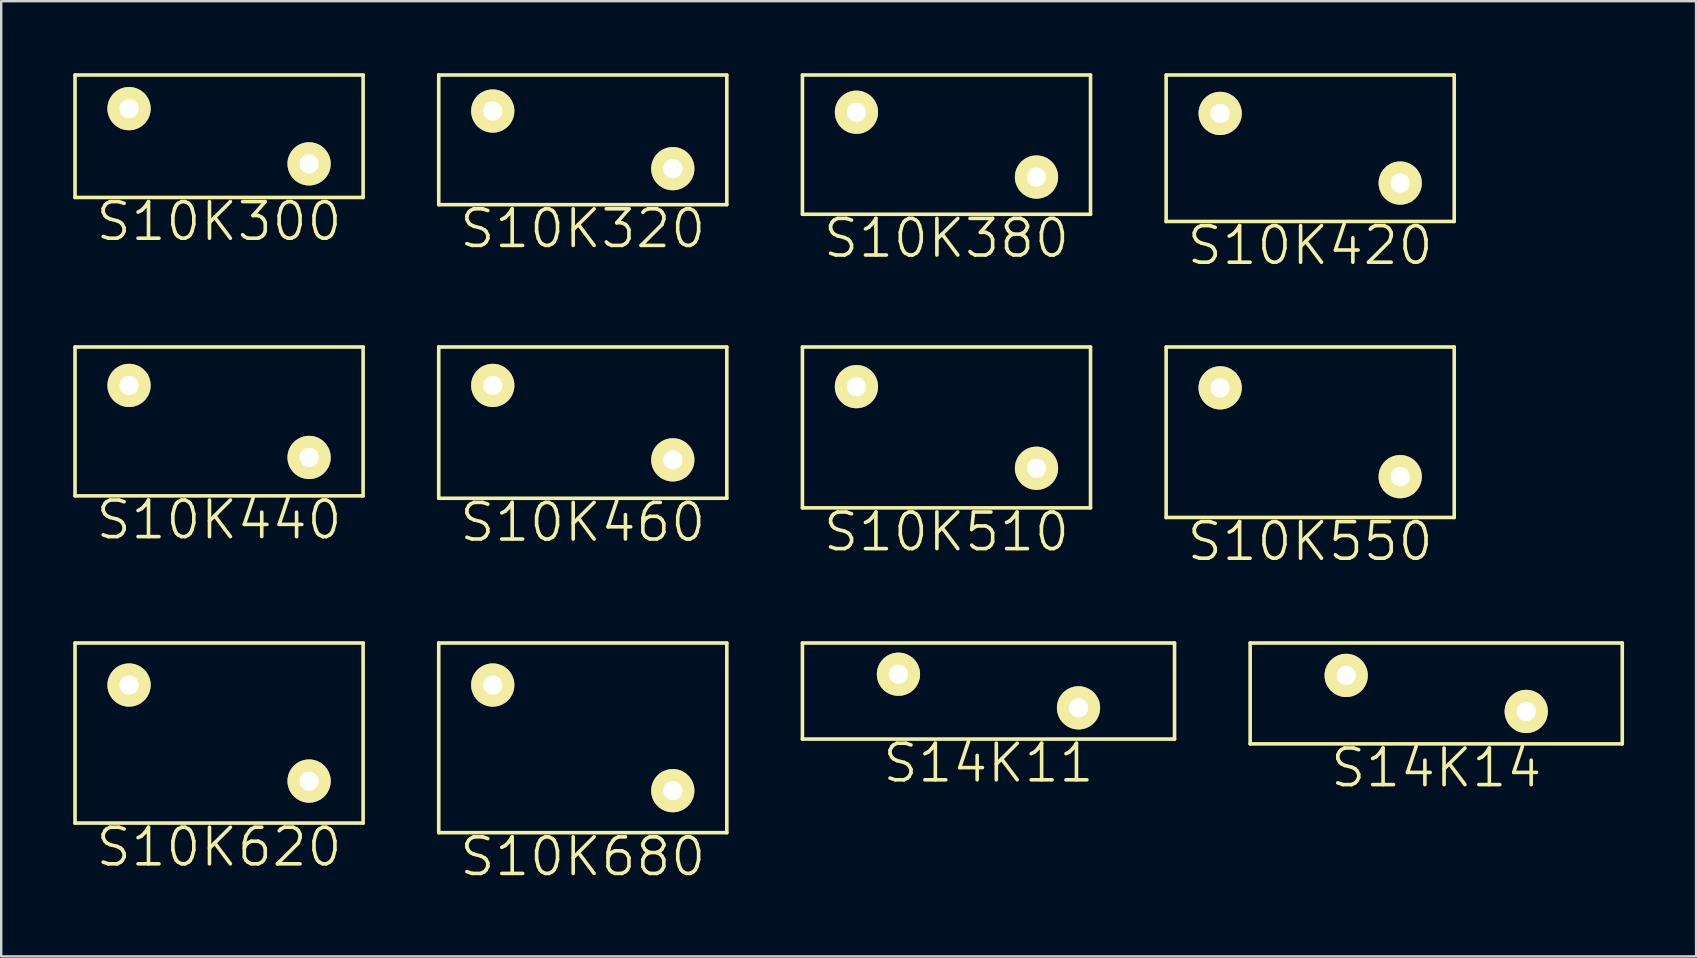
<source format=kicad_pcb>
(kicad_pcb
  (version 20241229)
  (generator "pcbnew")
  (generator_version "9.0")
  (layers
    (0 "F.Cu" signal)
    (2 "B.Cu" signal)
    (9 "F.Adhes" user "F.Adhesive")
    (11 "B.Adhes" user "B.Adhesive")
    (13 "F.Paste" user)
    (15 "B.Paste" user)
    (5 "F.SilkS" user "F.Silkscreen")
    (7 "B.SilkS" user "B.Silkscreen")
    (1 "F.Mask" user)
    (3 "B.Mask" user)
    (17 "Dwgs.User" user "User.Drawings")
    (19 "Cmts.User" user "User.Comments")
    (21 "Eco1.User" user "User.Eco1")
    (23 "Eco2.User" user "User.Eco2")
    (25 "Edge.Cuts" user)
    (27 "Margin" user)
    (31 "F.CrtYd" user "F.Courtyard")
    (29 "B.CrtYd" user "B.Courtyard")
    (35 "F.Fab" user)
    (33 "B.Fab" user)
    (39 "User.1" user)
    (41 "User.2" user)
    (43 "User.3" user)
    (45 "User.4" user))
  (footprint "S14K14"
    (layer "F.Cu")
    (at 53.025 25.085)
    (property "Reference" "S14K14" (at 3.75 3.85 0) (layer "F.SilkS") (effects (font (size 1.524 1.524) (thickness 0.15))))
    (attr through_hole)
    (fp_line (start -4 -1.35) (end -4 2.85) (stroke (width 0.15) (type solid)) (layer "F.SilkS"))
    (fp_line (start -4 -1.35) (end 11.5 -1.35) (stroke (width 0.15) (type solid)) (layer "F.SilkS"))
    (fp_line (start -4 2.85) (end 11.5 2.85) (stroke (width 0.15) (type solid)) (layer "F.SilkS"))
    (fp_line (start 11.5 -1.35) (end 11.5 2.85) (stroke (width 0.15) (type solid)) (layer "F.SilkS"))
    (pad "1" thru_hole circle (at 0 0) (size 1.8 1.8) (drill 0.8) (layers "*.Cu" "*.Mask" "F.SilkS"))
    (pad "2" thru_hole circle (at 7.5 1.5) (size 1.8 1.8) (drill 0.8) (layers "*.Cu" "*.Mask" "F.SilkS")))
  (footprint "S10K550"
    (layer "F.Cu")
    (at 47.775 13.105)
    (property "Reference" "S10K550" (at 3.75 6.4 0) (layer "F.SilkS") (effects (font (size 1.524 1.524) (thickness 0.15))))
    (attr through_hole)
    (fp_line (start -2.25 -1.7) (end -2.25 5.4) (stroke (width 0.15) (type solid)) (layer "F.SilkS"))
    (fp_line (start -2.25 -1.7) (end 9.75 -1.7) (stroke (width 0.15) (type solid)) (layer "F.SilkS"))
    (fp_line (start -2.25 5.4) (end 9.75 5.4) (stroke (width 0.15) (type solid)) (layer "F.SilkS"))
    (fp_line (start 9.75 -1.7) (end 9.75 5.4) (stroke (width 0.15) (type solid)) (layer "F.SilkS"))
    (pad "1" thru_hole circle (at 0 0) (size 1.8 1.8) (drill 0.8) (layers "*.Cu" "*.Mask" "F.SilkS"))
    (pad "2" thru_hole circle (at 7.5 3.7) (size 1.8 1.8) (drill 0.8) (layers "*.Cu" "*.Mask" "F.SilkS")))
  (footprint "S10K620"
    (layer "F.Cu")
    (at 2.325 25.485)
    (property "Reference" "S10K620" (at 3.75 6.75 0) (layer "F.SilkS") (effects (font (size 1.524 1.524) (thickness 0.15))))
    (attr through_hole)
    (fp_line (start -2.25 -1.75) (end -2.25 5.75) (stroke (width 0.15) (type solid)) (layer "F.SilkS"))
    (fp_line (start -2.25 -1.75) (end 9.75 -1.75) (stroke (width 0.15) (type solid)) (layer "F.SilkS"))
    (fp_line (start -2.25 5.75) (end 9.75 5.75) (stroke (width 0.15) (type solid)) (layer "F.SilkS"))
    (fp_line (start 9.75 -1.75) (end 9.75 5.75) (stroke (width 0.15) (type solid)) (layer "F.SilkS"))
    (pad "1" thru_hole circle (at 0 0) (size 1.8 1.8) (drill 0.8) (layers "*.Cu" "*.Mask" "F.SilkS"))
    (pad "2" thru_hole circle (at 7.5 4) (size 1.8 1.8) (drill 0.8) (layers "*.Cu" "*.Mask" "F.SilkS")))
  (footprint "S10K680"
    (layer "F.Cu")
    (at 17.475 25.485)
    (property "Reference" "S10K680" (at 3.75 7.15 0) (layer "F.SilkS") (effects (font (size 1.524 1.524) (thickness 0.15))))
    (attr through_hole)
    (fp_line (start -2.25 -1.75) (end -2.25 6.15) (stroke (width 0.15) (type solid)) (layer "F.SilkS"))
    (fp_line (start -2.25 -1.75) (end 9.75 -1.75) (stroke (width 0.15) (type solid)) (layer "F.SilkS"))
    (fp_line (start -2.25 6.15) (end 9.75 6.15) (stroke (width 0.15) (type solid)) (layer "F.SilkS"))
    (fp_line (start 9.75 -1.75) (end 9.75 6.15) (stroke (width 0.15) (type solid)) (layer "F.SilkS"))
    (pad "1" thru_hole circle (at 0 0) (size 1.8 1.8) (drill 0.8) (layers "*.Cu" "*.Mask" "F.SilkS"))
    (pad "2" thru_hole circle (at 7.5 4.4) (size 1.8 1.8) (drill 0.8) (layers "*.Cu" "*.Mask" "F.SilkS")))
  (footprint "S10K420"
    (layer "F.Cu")
    (at 47.775 1.675)
    (property "Reference" "S10K420" (at 3.75 5.5 0) (layer "F.SilkS") (effects (font (size 1.524 1.524) (thickness 0.15))))
    (attr through_hole)
    (fp_line (start -2.25 -1.6) (end -2.25 4.5) (stroke (width 0.15) (type solid)) (layer "F.SilkS"))
    (fp_line (start -2.25 -1.6) (end 9.75 -1.6) (stroke (width 0.15) (type solid)) (layer "F.SilkS"))
    (fp_line (start -2.25 4.5) (end 9.75 4.5) (stroke (width 0.15) (type solid)) (layer "F.SilkS"))
    (fp_line (start 9.75 -1.6) (end 9.75 4.5) (stroke (width 0.15) (type solid)) (layer "F.SilkS"))
    (pad "1" thru_hole circle (at 0 0) (size 1.8 1.8) (drill 0.8) (layers "*.Cu" "*.Mask" "F.SilkS"))
    (pad "2" thru_hole circle (at 7.5 2.9) (size 1.8 1.8) (drill 0.8) (layers "*.Cu" "*.Mask" "F.SilkS")))
  (footprint "S14K11"
    (layer "F.Cu")
    (at 34.375 25.035)
    (property "Reference" "S14K11" (at 3.75 3.7 0) (layer "F.SilkS") (effects (font (size 1.524 1.524) (thickness 0.15))))
    (attr through_hole)
    (fp_line (start -4 -1.3) (end -4 2.7) (stroke (width 0.15) (type solid)) (layer "F.SilkS"))
    (fp_line (start -4 -1.3) (end 11.5 -1.3) (stroke (width 0.15) (type solid)) (layer "F.SilkS"))
    (fp_line (start -4 2.7) (end 11.5 2.7) (stroke (width 0.15) (type solid)) (layer "F.SilkS"))
    (fp_line (start 11.5 -1.3) (end 11.5 2.7) (stroke (width 0.15) (type solid)) (layer "F.SilkS"))
    (pad "1" thru_hole circle (at 0 0) (size 1.8 1.8) (drill 0.8) (layers "*.Cu" "*.Mask" "F.SilkS"))
    (pad "2" thru_hole circle (at 7.5 1.4) (size 1.8 1.8) (drill 0.8) (layers "*.Cu" "*.Mask" "F.SilkS")))
  (footprint "S10K510"
    (layer "F.Cu")
    (at 32.625 13.055)
    (property "Reference" "S10K510" (at 3.75 6.05 0) (layer "F.SilkS") (effects (font (size 1.524 1.524) (thickness 0.15))))
    (attr through_hole)
    (fp_line (start -2.25 -1.65) (end -2.25 5.05) (stroke (width 0.15) (type solid)) (layer "F.SilkS"))
    (fp_line (start -2.25 -1.65) (end 9.75 -1.65) (stroke (width 0.15) (type solid)) (layer "F.SilkS"))
    (fp_line (start -2.25 5.05) (end 9.75 5.05) (stroke (width 0.15) (type solid)) (layer "F.SilkS"))
    (fp_line (start 9.75 -1.65) (end 9.75 5.05) (stroke (width 0.15) (type solid)) (layer "F.SilkS"))
    (pad "1" thru_hole circle (at 0 0) (size 1.8 1.8) (drill 0.8) (layers "*.Cu" "*.Mask" "F.SilkS"))
    (pad "2" thru_hole circle (at 7.5 3.4) (size 1.8 1.8) (drill 0.8) (layers "*.Cu" "*.Mask" "F.SilkS")))
  (footprint "S10K300"
    (layer "F.Cu")
    (at 2.325 1.475)
    (property "Reference" "S10K300" (at 3.75 4.7 0) (layer "F.SilkS") (effects (font (size 1.524 1.524) (thickness 0.15))))
    (attr through_hole)
    (fp_line (start -2.25 -1.4) (end -2.25 3.7) (stroke (width 0.15) (type solid)) (layer "F.SilkS"))
    (fp_line (start -2.25 -1.4) (end 9.75 -1.4) (stroke (width 0.15) (type solid)) (layer "F.SilkS"))
    (fp_line (start -2.25 3.7) (end 9.75 3.7) (stroke (width 0.15) (type solid)) (layer "F.SilkS"))
    (fp_line (start 9.75 -1.4) (end 9.75 3.7) (stroke (width 0.15) (type solid)) (layer "F.SilkS"))
    (pad "1" thru_hole circle (at 0 0) (size 1.8 1.8) (drill 0.8) (layers "*.Cu" "*.Mask" "F.SilkS"))
    (pad "2" thru_hole circle (at 7.5 2.3) (size 1.8 1.8) (drill 0.8) (layers "*.Cu" "*.Mask" "F.SilkS")))
  (footprint "S10K440"
    (layer "F.Cu")
    (at 2.325 13.005)
    (property "Reference" "S10K440" (at 3.75 5.6 0) (layer "F.SilkS") (effects (font (size 1.524 1.524) (thickness 0.15))))
    (attr through_hole)
    (fp_line (start -2.25 -1.6) (end -2.25 4.6) (stroke (width 0.15) (type solid)) (layer "F.SilkS"))
    (fp_line (start -2.25 -1.6) (end 9.75 -1.6) (stroke (width 0.15) (type solid)) (layer "F.SilkS"))
    (fp_line (start -2.25 4.6) (end 9.75 4.6) (stroke (width 0.15) (type solid)) (layer "F.SilkS"))
    (fp_line (start 9.75 -1.6) (end 9.75 4.6) (stroke (width 0.15) (type solid)) (layer "F.SilkS"))
    (pad "1" thru_hole circle (at 0 0) (size 1.8 1.8) (drill 0.8) (layers "*.Cu" "*.Mask" "F.SilkS"))
    (pad "2" thru_hole circle (at 7.5 3) (size 1.8 1.8) (drill 0.8) (layers "*.Cu" "*.Mask" "F.SilkS")))
  (footprint "S10K320"
    (layer "F.Cu")
    (at 17.475 1.575)
    (property "Reference" "S10K320" (at 3.75 4.9 0) (layer "F.SilkS") (effects (font (size 1.524 1.524) (thickness 0.15))))
    (attr through_hole)
    (fp_line (start -2.25 -1.5) (end -2.25 3.9) (stroke (width 0.15) (type solid)) (layer "F.SilkS"))
    (fp_line (start -2.25 -1.5) (end 9.75 -1.5) (stroke (width 0.15) (type solid)) (layer "F.SilkS"))
    (fp_line (start -2.25 3.9) (end 9.75 3.9) (stroke (width 0.15) (type solid)) (layer "F.SilkS"))
    (fp_line (start 9.75 -1.5) (end 9.75 3.9) (stroke (width 0.15) (type solid)) (layer "F.SilkS"))
    (pad "1" thru_hole circle (at 0 0) (size 1.8 1.8) (drill 0.8) (layers "*.Cu" "*.Mask" "F.SilkS"))
    (pad "2" thru_hole circle (at 7.5 2.4) (size 1.8 1.8) (drill 0.8) (layers "*.Cu" "*.Mask" "F.SilkS")))
  (footprint "S10K460"
    (layer "F.Cu")
    (at 17.475 13.005)
    (property "Reference" "S10K460" (at 3.75 5.7 0) (layer "F.SilkS") (effects (font (size 1.524 1.524) (thickness 0.15))))
    (attr through_hole)
    (fp_line (start -2.25 -1.6) (end -2.25 4.7) (stroke (width 0.15) (type solid)) (layer "F.SilkS"))
    (fp_line (start -2.25 -1.6) (end 9.75 -1.6) (stroke (width 0.15) (type solid)) (layer "F.SilkS"))
    (fp_line (start -2.25 4.7) (end 9.75 4.7) (stroke (width 0.15) (type solid)) (layer "F.SilkS"))
    (fp_line (start 9.75 -1.6) (end 9.75 4.7) (stroke (width 0.15) (type solid)) (layer "F.SilkS"))
    (pad "1" thru_hole circle (at 0 0) (size 1.8 1.8) (drill 0.8) (layers "*.Cu" "*.Mask" "F.SilkS"))
    (pad "2" thru_hole circle (at 7.5 3.1) (size 1.8 1.8) (drill 0.8) (layers "*.Cu" "*.Mask" "F.SilkS")))
  (footprint "S10K380"
    (layer "F.Cu")
    (at 32.625 1.625)
    (property "Reference" "S10K380" (at 3.75 5.25 0) (layer "F.SilkS") (effects (font (size 1.524 1.524) (thickness 0.15))))
    (attr through_hole)
    (fp_line (start -2.25 -1.55) (end -2.25 4.25) (stroke (width 0.15) (type solid)) (layer "F.SilkS"))
    (fp_line (start -2.25 -1.55) (end 9.75 -1.55) (stroke (width 0.15) (type solid)) (layer "F.SilkS"))
    (fp_line (start -2.25 4.25) (end 9.75 4.25) (stroke (width 0.15) (type solid)) (layer "F.SilkS"))
    (fp_line (start 9.75 -1.55) (end 9.75 4.25) (stroke (width 0.15) (type solid)) (layer "F.SilkS"))
    (pad "1" thru_hole circle (at 0 0) (size 1.8 1.8) (drill 0.8) (layers "*.Cu" "*.Mask" "F.SilkS"))
    (pad "2" thru_hole circle (at 7.5 2.7) (size 1.8 1.8) (drill 0.8) (layers "*.Cu" "*.Mask" "F.SilkS")))
  (gr_rect
    (start -3 -3)
    (end 67.6 36.789)
    (stroke (width 0.1) (type default))
    (fill no)
    (layer "Edge.Cuts")))
</source>
